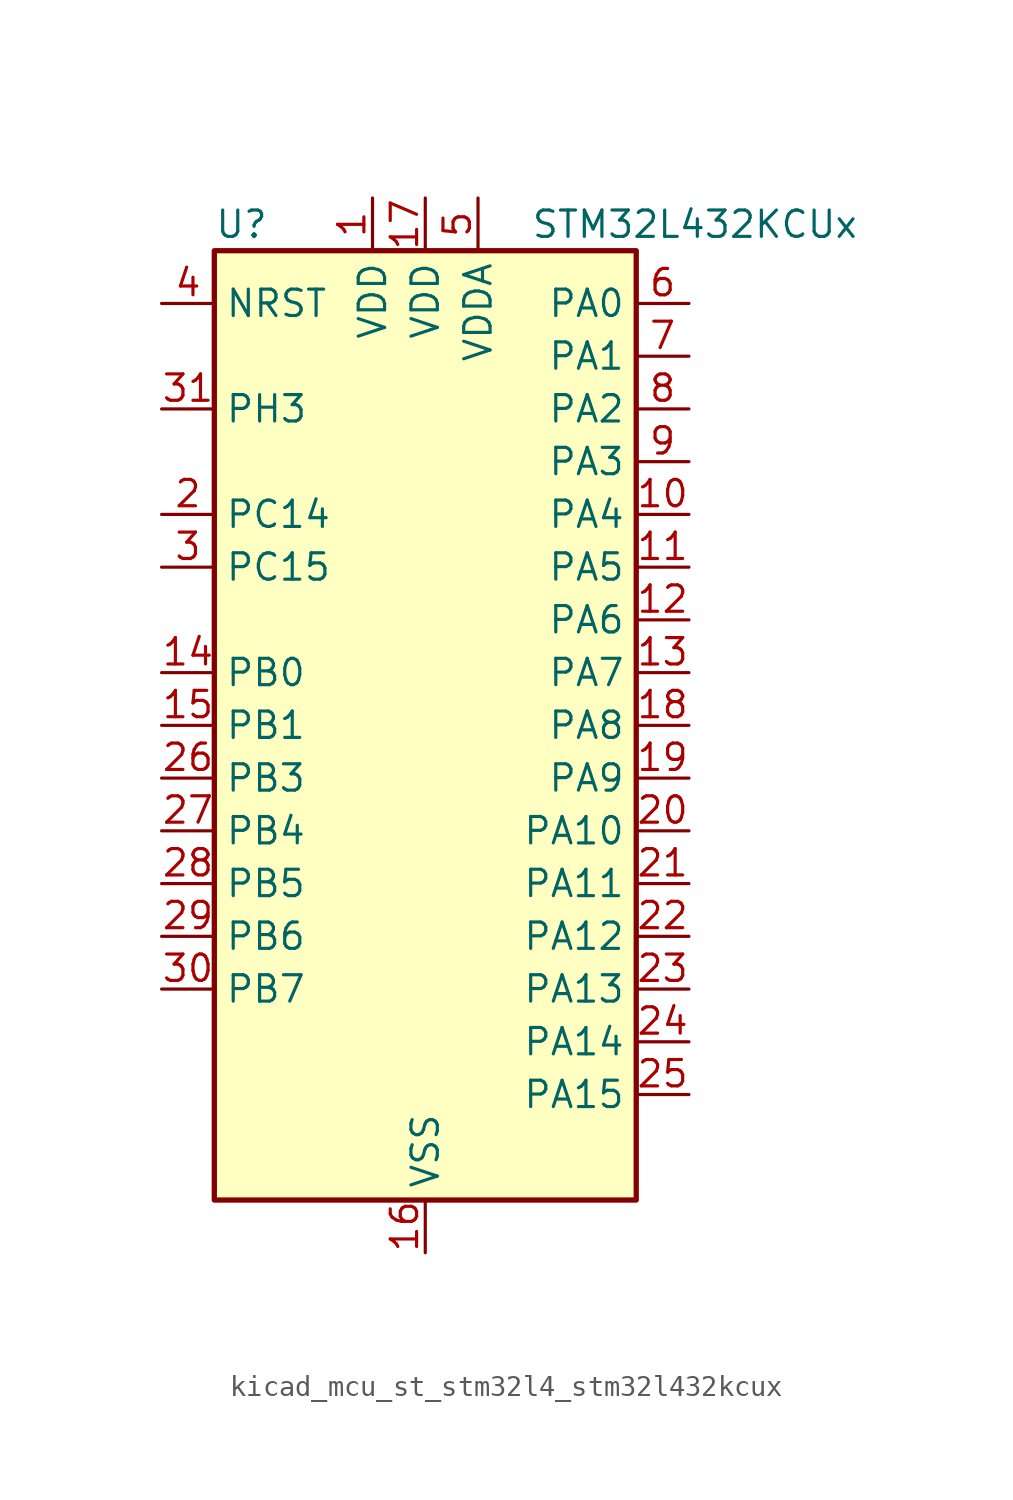
<source format=kicad_sym>
(kicad_symbol_lib
  (version 20220914)
  (generator kicad_symbol_editor)
  (symbol "kicad_mcu_st_stm32l4_stm32l432kcux"
    (property "Reference" "U"
      (at -10.16 24.13 0)
      (effects (font (size 1.27 1.27)) (justify left)))
    (property "Value" "STM32L432KCUx"
      (at 5.08 24.13 0)
      (effects (font (size 1.27 1.27)) (justify left)))
    (property "ki_locked" ""
      (at 0 0 0)
      (effects (font (size 1.27 1.27))))
    (symbol "kicad_mcu_st_stm32l4_stm32l432kcux_0_1"
      (rectangle (start -10.16 -22.86) (end 10.16 22.86) (stroke (width 0.254) (type default)) (fill (type background))))
    (symbol "kicad_mcu_st_stm32l4_stm32l432kcux_1_1"
      (pin power_in line (at -2.54 25.4 270) (length 2.54) (name "VDD" (effects (font (size 1.27 1.27)))) (number "1" (effects (font (size 1.27 1.27)))))
      (pin bidirectional line (at 12.7 10.16 180) (length 2.54) (name "PA4" (effects (font (size 1.27 1.27)))) (number "10" (effects (font (size 1.27 1.27)))) (alternate "ADC1_IN9" bidirectional line) (alternate "COMP1_INM" bidirectional line) (alternate "COMP2_INM" bidirectional line) (alternate "DAC1_OUT1" bidirectional line) (alternate "LPTIM2_OUT" bidirectional line) (alternate "SAI1_FS_B" bidirectional line) (alternate "SPI1_NSS" bidirectional line) (alternate "SPI3_NSS" bidirectional line) (alternate "USART2_CK" bidirectional line))
      (pin bidirectional line (at 12.7 7.62 180) (length 2.54) (name "PA5" (effects (font (size 1.27 1.27)))) (number "11" (effects (font (size 1.27 1.27)))) (alternate "ADC1_IN10" bidirectional line) (alternate "COMP1_INM" bidirectional line) (alternate "COMP2_INM" bidirectional line) (alternate "DAC1_OUT2" bidirectional line) (alternate "LPTIM2_ETR" bidirectional line) (alternate "SPI1_SCK" bidirectional line) (alternate "TIM2_CH1" bidirectional line) (alternate "TIM2_ETR" bidirectional line))
      (pin bidirectional line (at 12.7 5.08 180) (length 2.54) (name "PA6" (effects (font (size 1.27 1.27)))) (number "12" (effects (font (size 1.27 1.27)))) (alternate "ADC1_IN11" bidirectional line) (alternate "COMP1_OUT" bidirectional line) (alternate "LPUART1_CTS" bidirectional line) (alternate "QUADSPI_BK1_IO3" bidirectional line) (alternate "SPI1_MISO" bidirectional line) (alternate "TIM16_CH1" bidirectional line) (alternate "TIM1_BKIN" bidirectional line) (alternate "TIM1_BKIN_COMP2" bidirectional line))
      (pin bidirectional line (at 12.7 2.54 180) (length 2.54) (name "PA7" (effects (font (size 1.27 1.27)))) (number "13" (effects (font (size 1.27 1.27)))) (alternate "ADC1_IN12" bidirectional line) (alternate "COMP2_OUT" bidirectional line) (alternate "I2C3_SCL" bidirectional line) (alternate "QUADSPI_BK1_IO2" bidirectional line) (alternate "SPI1_MOSI" bidirectional line) (alternate "TIM1_CH1N" bidirectional line))
      (pin bidirectional line (at -12.7 2.54 0) (length 2.54) (name "PB0" (effects (font (size 1.27 1.27)))) (number "14" (effects (font (size 1.27 1.27)))) (alternate "ADC1_IN15" bidirectional line) (alternate "COMP1_OUT" bidirectional line) (alternate "QUADSPI_BK1_IO1" bidirectional line) (alternate "SAI1_EXTCLK" bidirectional line) (alternate "SPI1_NSS" bidirectional line) (alternate "TIM1_CH2N" bidirectional line))
      (pin bidirectional line (at -12.7 0 0) (length 2.54) (name "PB1" (effects (font (size 1.27 1.27)))) (number "15" (effects (font (size 1.27 1.27)))) (alternate "ADC1_IN16" bidirectional line) (alternate "COMP1_INM" bidirectional line) (alternate "LPTIM2_IN1" bidirectional line) (alternate "LPUART1_DE" bidirectional line) (alternate "LPUART1_RTS" bidirectional line) (alternate "QUADSPI_BK1_IO0" bidirectional line) (alternate "TIM1_CH3N" bidirectional line))
      (pin power_in line (at 0 -25.4 90) (length 2.54) (name "VSS" (effects (font (size 1.27 1.27)))) (number "16" (effects (font (size 1.27 1.27)))))
      (pin power_in line (at 0 25.4 270) (length 2.54) (name "VDD" (effects (font (size 1.27 1.27)))) (number "17" (effects (font (size 1.27 1.27)))))
      (pin bidirectional line (at 12.7 0 180) (length 2.54) (name "PA8" (effects (font (size 1.27 1.27)))) (number "18" (effects (font (size 1.27 1.27)))) (alternate "LPTIM2_OUT" bidirectional line) (alternate "RCC_MCO" bidirectional line) (alternate "SAI1_SCK_A" bidirectional line) (alternate "SWPMI1_IO" bidirectional line) (alternate "TIM1_CH1" bidirectional line) (alternate "USART1_CK" bidirectional line))
      (pin bidirectional line (at 12.7 -2.54 180) (length 2.54) (name "PA9" (effects (font (size 1.27 1.27)))) (number "19" (effects (font (size 1.27 1.27)))) (alternate "DAC1_EXTI9" bidirectional line) (alternate "I2C1_SCL" bidirectional line) (alternate "SAI1_FS_A" bidirectional line) (alternate "TIM15_BKIN" bidirectional line) (alternate "TIM1_CH2" bidirectional line) (alternate "USART1_TX" bidirectional line))
      (pin bidirectional line (at -12.7 10.16 0) (length 2.54) (name "PC14" (effects (font (size 1.27 1.27)))) (number "2" (effects (font (size 1.27 1.27)))) (alternate "RCC_OSC32_IN" bidirectional line))
      (pin bidirectional line (at 12.7 -5.08 180) (length 2.54) (name "PA10" (effects (font (size 1.27 1.27)))) (number "20" (effects (font (size 1.27 1.27)))) (alternate "CRS_SYNC" bidirectional line) (alternate "I2C1_SDA" bidirectional line) (alternate "SAI1_SD_A" bidirectional line) (alternate "TIM1_CH3" bidirectional line) (alternate "USART1_RX" bidirectional line))
      (pin bidirectional line (at 12.7 -7.62 180) (length 2.54) (name "PA11" (effects (font (size 1.27 1.27)))) (number "21" (effects (font (size 1.27 1.27)))) (alternate "ADC1_EXTI11" bidirectional line) (alternate "CAN1_RX" bidirectional line) (alternate "COMP1_OUT" bidirectional line) (alternate "SPI1_MISO" bidirectional line) (alternate "TIM1_BKIN2" bidirectional line) (alternate "TIM1_BKIN2_COMP1" bidirectional line) (alternate "TIM1_CH4" bidirectional line) (alternate "USART1_CTS" bidirectional line) (alternate "USB_DM" bidirectional line))
      (pin bidirectional line (at 12.7 -10.16 180) (length 2.54) (name "PA12" (effects (font (size 1.27 1.27)))) (number "22" (effects (font (size 1.27 1.27)))) (alternate "CAN1_TX" bidirectional line) (alternate "SPI1_MOSI" bidirectional line) (alternate "TIM1_ETR" bidirectional line) (alternate "USART1_DE" bidirectional line) (alternate "USART1_RTS" bidirectional line) (alternate "USB_DP" bidirectional line))
      (pin bidirectional line (at 12.7 -12.7 180) (length 2.54) (name "PA13" (effects (font (size 1.27 1.27)))) (number "23" (effects (font (size 1.27 1.27)))) (alternate "IR_OUT" bidirectional line) (alternate "SAI1_SD_B" bidirectional line) (alternate "SWPMI1_TX" bidirectional line) (alternate "SYS_JTMS-SWDIO" bidirectional line) (alternate "USB_NOE" bidirectional line))
      (pin bidirectional line (at 12.7 -15.24 180) (length 2.54) (name "PA14" (effects (font (size 1.27 1.27)))) (number "24" (effects (font (size 1.27 1.27)))) (alternate "I2C1_SMBA" bidirectional line) (alternate "LPTIM1_OUT" bidirectional line) (alternate "SAI1_FS_B" bidirectional line) (alternate "SWPMI1_RX" bidirectional line) (alternate "SYS_JTCK-SWCLK" bidirectional line))
      (pin bidirectional line (at 12.7 -17.78 180) (length 2.54) (name "PA15" (effects (font (size 1.27 1.27)))) (number "25" (effects (font (size 1.27 1.27)))) (alternate "ADC1_EXTI15" bidirectional line) (alternate "SPI1_NSS" bidirectional line) (alternate "SPI3_NSS" bidirectional line) (alternate "SWPMI1_SUSPEND" bidirectional line) (alternate "SYS_JTDI" bidirectional line) (alternate "TIM2_CH1" bidirectional line) (alternate "TIM2_ETR" bidirectional line) (alternate "USART2_RX" bidirectional line))
      (pin bidirectional line (at -12.7 -2.54 0) (length 2.54) (name "PB3" (effects (font (size 1.27 1.27)))) (number "26" (effects (font (size 1.27 1.27)))) (alternate "COMP2_INM" bidirectional line) (alternate "SAI1_SCK_B" bidirectional line) (alternate "SPI1_SCK" bidirectional line) (alternate "SPI3_SCK" bidirectional line) (alternate "SYS_JTDO-SWO" bidirectional line) (alternate "TIM2_CH2" bidirectional line) (alternate "USART1_DE" bidirectional line) (alternate "USART1_RTS" bidirectional line))
      (pin bidirectional line (at -12.7 -5.08 0) (length 2.54) (name "PB4" (effects (font (size 1.27 1.27)))) (number "27" (effects (font (size 1.27 1.27)))) (alternate "COMP2_INP" bidirectional line) (alternate "I2C3_SDA" bidirectional line) (alternate "SAI1_MCLK_B" bidirectional line) (alternate "SPI1_MISO" bidirectional line) (alternate "SPI3_MISO" bidirectional line) (alternate "SYS_JTRST" bidirectional line) (alternate "TSC_G2_IO1" bidirectional line) (alternate "USART1_CTS" bidirectional line))
      (pin bidirectional line (at -12.7 -7.62 0) (length 2.54) (name "PB5" (effects (font (size 1.27 1.27)))) (number "28" (effects (font (size 1.27 1.27)))) (alternate "COMP2_OUT" bidirectional line) (alternate "I2C1_SMBA" bidirectional line) (alternate "LPTIM1_IN1" bidirectional line) (alternate "SAI1_SD_B" bidirectional line) (alternate "SPI1_MOSI" bidirectional line) (alternate "SPI3_MOSI" bidirectional line) (alternate "TIM16_BKIN" bidirectional line) (alternate "TSC_G2_IO2" bidirectional line) (alternate "USART1_CK" bidirectional line))
      (pin bidirectional line (at -12.7 -10.16 0) (length 2.54) (name "PB6" (effects (font (size 1.27 1.27)))) (number "29" (effects (font (size 1.27 1.27)))) (alternate "COMP2_INP" bidirectional line) (alternate "I2C1_SCL" bidirectional line) (alternate "LPTIM1_ETR" bidirectional line) (alternate "SAI1_FS_B" bidirectional line) (alternate "TIM16_CH1N" bidirectional line) (alternate "TSC_G2_IO3" bidirectional line) (alternate "USART1_TX" bidirectional line))
      (pin bidirectional line (at -12.7 7.62 0) (length 2.54) (name "PC15" (effects (font (size 1.27 1.27)))) (number "3" (effects (font (size 1.27 1.27)))) (alternate "ADC1_EXTI15" bidirectional line) (alternate "RCC_OSC32_OUT" bidirectional line))
      (pin bidirectional line (at -12.7 -12.7 0) (length 2.54) (name "PB7" (effects (font (size 1.27 1.27)))) (number "30" (effects (font (size 1.27 1.27)))) (alternate "COMP2_INM" bidirectional line) (alternate "I2C1_SDA" bidirectional line) (alternate "LPTIM1_IN2" bidirectional line) (alternate "SYS_PVD_IN" bidirectional line) (alternate "TSC_G2_IO4" bidirectional line) (alternate "USART1_RX" bidirectional line))
      (pin bidirectional line (at -12.7 15.24 0) (length 2.54) (name "PH3" (effects (font (size 1.27 1.27)))) (number "31" (effects (font (size 1.27 1.27)))))
      (pin passive line (at 0 -25.4 90) (length 2.54) hide (name "VSS" (effects (font (size 1.27 1.27)))) (number "32" (effects (font (size 1.27 1.27)))))
      (pin passive line (at 0 -25.4 90) (length 2.54) hide (name "VSS" (effects (font (size 1.27 1.27)))) (number "33" (effects (font (size 1.27 1.27)))))
      (pin input line (at -12.7 20.32 0) (length 2.54) (name "NRST" (effects (font (size 1.27 1.27)))) (number "4" (effects (font (size 1.27 1.27)))))
      (pin power_in line (at 2.54 25.4 270) (length 2.54) (name "VDDA" (effects (font (size 1.27 1.27)))) (number "5" (effects (font (size 1.27 1.27)))))
      (pin bidirectional line (at 12.7 20.32 180) (length 2.54) (name "PA0" (effects (font (size 1.27 1.27)))) (number "6" (effects (font (size 1.27 1.27)))) (alternate "ADC1_IN5" bidirectional line) (alternate "COMP1_INM" bidirectional line) (alternate "COMP1_OUT" bidirectional line) (alternate "OPAMP1_VINP" bidirectional line) (alternate "RCC_CK_IN" bidirectional line) (alternate "RTC_TAMP2" bidirectional line) (alternate "SAI1_EXTCLK" bidirectional line) (alternate "SYS_WKUP1" bidirectional line) (alternate "TIM2_CH1" bidirectional line) (alternate "TIM2_ETR" bidirectional line) (alternate "USART2_CTS" bidirectional line))
      (pin bidirectional line (at 12.7 17.78 180) (length 2.54) (name "PA1" (effects (font (size 1.27 1.27)))) (number "7" (effects (font (size 1.27 1.27)))) (alternate "ADC1_IN6" bidirectional line) (alternate "COMP1_INP" bidirectional line) (alternate "I2C1_SMBA" bidirectional line) (alternate "OPAMP1_VINM" bidirectional line) (alternate "SPI1_SCK" bidirectional line) (alternate "TIM15_CH1N" bidirectional line) (alternate "TIM2_CH2" bidirectional line) (alternate "USART2_DE" bidirectional line) (alternate "USART2_RTS" bidirectional line))
      (pin bidirectional line (at 12.7 15.24 180) (length 2.54) (name "PA2" (effects (font (size 1.27 1.27)))) (number "8" (effects (font (size 1.27 1.27)))) (alternate "ADC1_IN7" bidirectional line) (alternate "COMP2_INM" bidirectional line) (alternate "COMP2_OUT" bidirectional line) (alternate "LPUART1_TX" bidirectional line) (alternate "QUADSPI_BK1_NCS" bidirectional line) (alternate "RCC_LSCO" bidirectional line) (alternate "SYS_WKUP4" bidirectional line) (alternate "TIM15_CH1" bidirectional line) (alternate "TIM2_CH3" bidirectional line) (alternate "USART2_TX" bidirectional line))
      (pin bidirectional line (at 12.7 12.7 180) (length 2.54) (name "PA3" (effects (font (size 1.27 1.27)))) (number "9" (effects (font (size 1.27 1.27)))) (alternate "ADC1_IN8" bidirectional line) (alternate "COMP2_INP" bidirectional line) (alternate "LPUART1_RX" bidirectional line) (alternate "OPAMP1_VOUT" bidirectional line) (alternate "QUADSPI_CLK" bidirectional line) (alternate "SAI1_MCLK_A" bidirectional line) (alternate "TIM15_CH2" bidirectional line) (alternate "TIM2_CH4" bidirectional line) (alternate "USART2_RX" bidirectional line)))))
</source>
